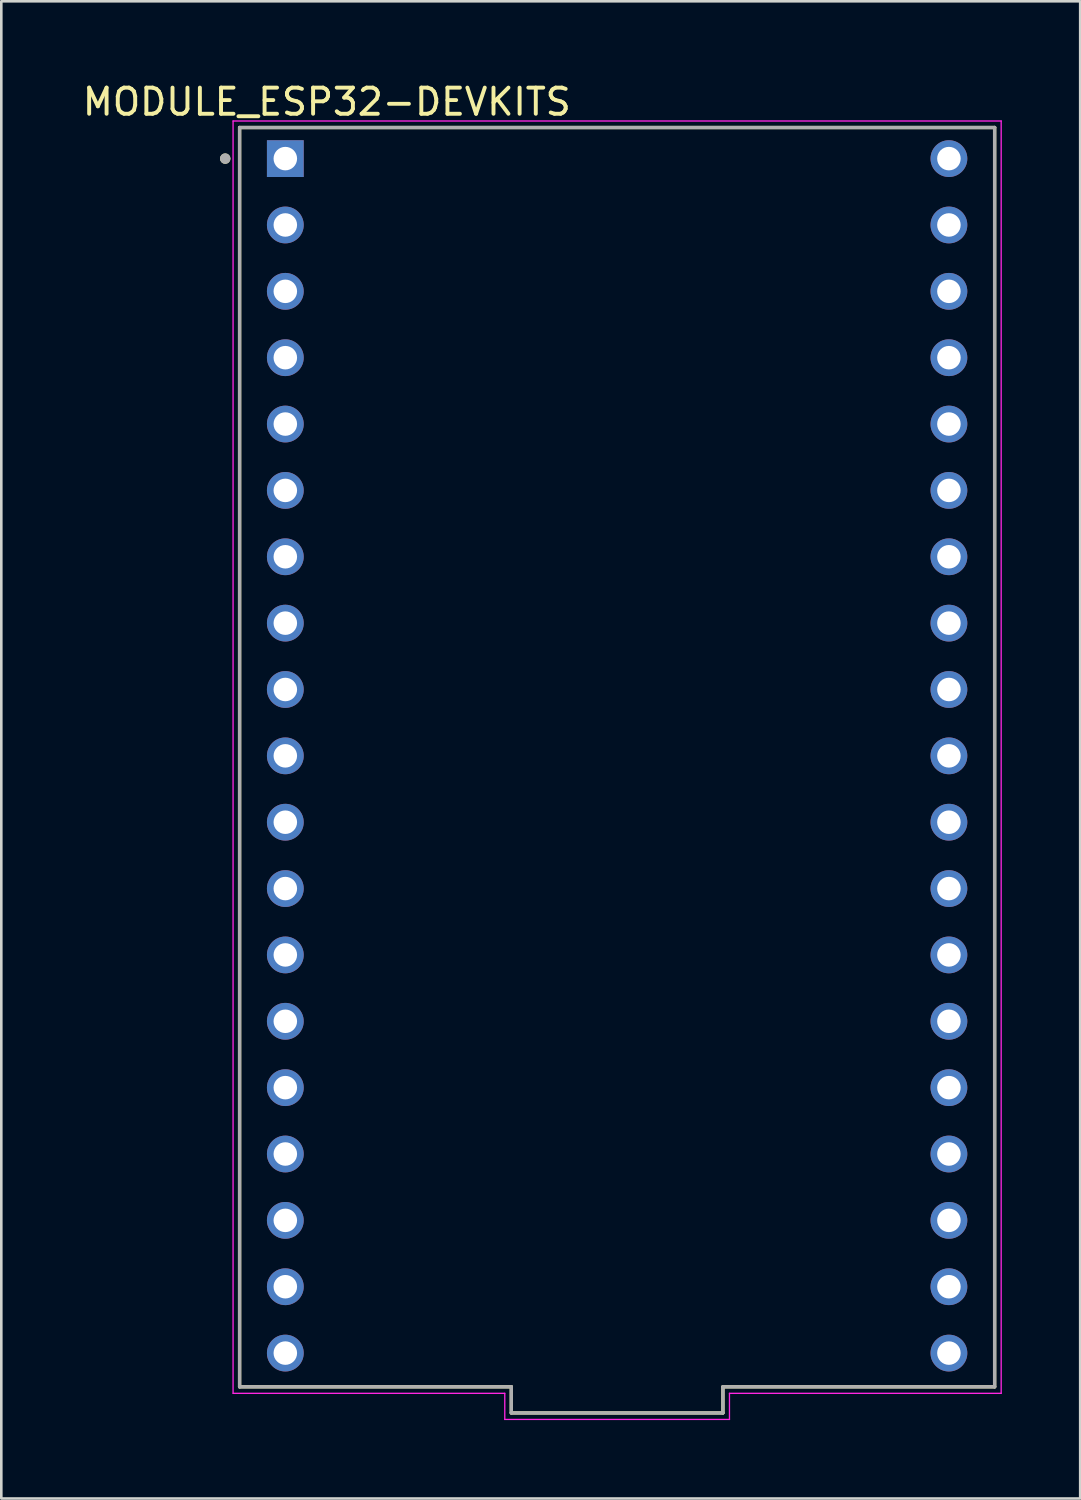
<source format=kicad_pcb>
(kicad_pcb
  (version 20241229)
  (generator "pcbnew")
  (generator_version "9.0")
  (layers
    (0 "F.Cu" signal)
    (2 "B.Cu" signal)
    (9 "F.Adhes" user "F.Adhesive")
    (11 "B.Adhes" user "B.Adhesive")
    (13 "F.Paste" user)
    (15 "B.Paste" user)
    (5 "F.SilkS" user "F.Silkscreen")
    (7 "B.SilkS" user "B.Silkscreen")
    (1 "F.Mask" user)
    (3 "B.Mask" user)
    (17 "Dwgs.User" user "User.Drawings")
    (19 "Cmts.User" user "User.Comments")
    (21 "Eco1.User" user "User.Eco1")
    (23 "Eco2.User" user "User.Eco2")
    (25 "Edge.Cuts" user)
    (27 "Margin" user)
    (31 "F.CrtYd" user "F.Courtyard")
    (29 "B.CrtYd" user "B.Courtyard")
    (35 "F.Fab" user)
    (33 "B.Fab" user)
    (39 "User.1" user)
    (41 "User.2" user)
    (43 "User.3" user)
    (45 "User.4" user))
  (footprint "MODULE_ESP32-DEVKITS"
    (layer "F.Cu")
    (at 20.571 25.931)
    (property "Reference" "MODULE_ESP32-DEVKITS" (at -11.113 -25.082 0) (layer "F.SilkS") (effects (font (size 1 1) (thickness 0.15))))
    (attr through_hole)
    (fp_line (start -14.45 -24.1) (end 14.45 -24.1) (stroke (width 0.127) (type solid)) (layer "F.SilkS"))
    (fp_line (start -14.45 24.1) (end -14.45 -24.1) (stroke (width 0.127) (type solid)) (layer "F.SilkS"))
    (fp_line (start -14.45 24.1) (end -4.05 24.1) (stroke (width 0.127) (type solid)) (layer "F.SilkS"))
    (fp_line (start -4.05 24.1) (end -4.05 25.1) (stroke (width 0.127) (type solid)) (layer "F.SilkS"))
    (fp_line (start -4.05 25.1) (end 4.05 25.1) (stroke (width 0.127) (type solid)) (layer "F.SilkS"))
    (fp_line (start 4.05 24.1) (end 14.45 24.1) (stroke (width 0.127) (type solid)) (layer "F.SilkS"))
    (fp_line (start 4.05 25.1) (end 4.05 24.1) (stroke (width 0.127) (type solid)) (layer "F.SilkS"))
    (fp_line (start 14.45 -24.1) (end 14.45 24.1) (stroke (width 0.127) (type solid)) (layer "F.SilkS"))
    (fp_circle (center -15 -22.91) (end -14.9 -22.91) (stroke (width 0.2) (type solid)) (fill no) (layer "F.SilkS"))
    (fp_line (start -14.7 -24.35) (end -14.7 24.35) (stroke (width 0.05) (type solid)) (layer "F.CrtYd"))
    (fp_line (start -14.7 24.35) (end -4.3 24.35) (stroke (width 0.05) (type solid)) (layer "F.CrtYd"))
    (fp_line (start -4.3 24.35) (end -4.3 25.35) (stroke (width 0.05) (type solid)) (layer "F.CrtYd"))
    (fp_line (start -4.3 25.35) (end 4.3 25.35) (stroke (width 0.05) (type solid)) (layer "F.CrtYd"))
    (fp_line (start 4.3 24.35) (end 14.7 24.35) (stroke (width 0.05) (type solid)) (layer "F.CrtYd"))
    (fp_line (start 4.3 25.35) (end 4.3 24.35) (stroke (width 0.05) (type solid)) (layer "F.CrtYd"))
    (fp_line (start 14.7 -24.35) (end -14.7 -24.35) (stroke (width 0.05) (type solid)) (layer "F.CrtYd"))
    (fp_line (start 14.7 24.35) (end 14.7 -24.35) (stroke (width 0.05) (type solid)) (layer "F.CrtYd"))
    (fp_line (start -14.45 -24.1) (end 14.45 -24.1) (stroke (width 0.127) (type solid)) (layer "F.Fab"))
    (fp_line (start -14.45 24.1) (end -14.45 -24.1) (stroke (width 0.127) (type solid)) (layer "F.Fab"))
    (fp_line (start -14.45 24.1) (end -4.05 24.1) (stroke (width 0.127) (type solid)) (layer "F.Fab"))
    (fp_line (start -4.05 24.1) (end -4.05 25.1) (stroke (width 0.127) (type solid)) (layer "F.Fab"))
    (fp_line (start -4.05 25.1) (end 4.05 25.1) (stroke (width 0.127) (type solid)) (layer "F.Fab"))
    (fp_line (start 4.05 24.1) (end 14.45 24.1) (stroke (width 0.127) (type solid)) (layer "F.Fab"))
    (fp_line (start 4.05 25.1) (end 4.05 24.1) (stroke (width 0.127) (type solid)) (layer "F.Fab"))
    (fp_line (start 14.45 -24.1) (end 14.45 24.1) (stroke (width 0.127) (type solid)) (layer "F.Fab"))
    (fp_circle (center -15 -22.91) (end -14.9 -22.91) (stroke (width 0.2) (type solid)) (fill no) (layer "F.Fab"))
    (pad "J2_1" thru_hole rect (at -12.7 -22.91) (size 1.408 1.408) (drill 0.9) (layers "*.Cu" "*.Mask"))
    (pad "J2_2" thru_hole circle (at -12.7 -20.37) (size 1.408 1.408) (drill 0.9) (layers "*.Cu" "*.Mask"))
    (pad "J2_3" thru_hole circle (at -12.7 -17.83) (size 1.408 1.408) (drill 0.9) (layers "*.Cu" "*.Mask"))
    (pad "J2_4" thru_hole circle (at -12.7 -15.29) (size 1.408 1.408) (drill 0.9) (layers "*.Cu" "*.Mask"))
    (pad "J2_5" thru_hole circle (at -12.7 -12.75) (size 1.408 1.408) (drill 0.9) (layers "*.Cu" "*.Mask"))
    (pad "J2_6" thru_hole circle (at -12.7 -10.21) (size 1.408 1.408) (drill 0.9) (layers "*.Cu" "*.Mask"))
    (pad "J2_7" thru_hole circle (at -12.7 -7.67) (size 1.408 1.408) (drill 0.9) (layers "*.Cu" "*.Mask"))
    (pad "J2_8" thru_hole circle (at -12.7 -5.13) (size 1.408 1.408) (drill 0.9) (layers "*.Cu" "*.Mask"))
    (pad "J2_9" thru_hole circle (at -12.7 -2.59) (size 1.408 1.408) (drill 0.9) (layers "*.Cu" "*.Mask"))
    (pad "J2_10" thru_hole circle (at -12.7 -0.05) (size 1.408 1.408) (drill 0.9) (layers "*.Cu" "*.Mask"))
    (pad "J2_11" thru_hole circle (at -12.7 2.49) (size 1.408 1.408) (drill 0.9) (layers "*.Cu" "*.Mask"))
    (pad "J2_12" thru_hole circle (at -12.7 5.03) (size 1.408 1.408) (drill 0.9) (layers "*.Cu" "*.Mask"))
    (pad "J2_13" thru_hole circle (at -12.7 7.57) (size 1.408 1.408) (drill 0.9) (layers "*.Cu" "*.Mask"))
    (pad "J2_14" thru_hole circle (at -12.7 10.11) (size 1.408 1.408) (drill 0.9) (layers "*.Cu" "*.Mask"))
    (pad "J2_15" thru_hole circle (at -12.7 12.65) (size 1.408 1.408) (drill 0.9) (layers "*.Cu" "*.Mask"))
    (pad "J2_16" thru_hole circle (at -12.7 15.19) (size 1.408 1.408) (drill 0.9) (layers "*.Cu" "*.Mask"))
    (pad "J2_17" thru_hole circle (at -12.7 17.73) (size 1.408 1.408) (drill 0.9) (layers "*.Cu" "*.Mask"))
    (pad "J2_18" thru_hole circle (at -12.7 20.27) (size 1.408 1.408) (drill 0.9) (layers "*.Cu" "*.Mask"))
    (pad "J2_19" thru_hole circle (at -12.7 22.81) (size 1.408 1.408) (drill 0.9) (layers "*.Cu" "*.Mask"))
    (pad "J3_1" thru_hole circle (at 12.7 -22.91) (size 1.408 1.408) (drill 0.9) (layers "*.Cu" "*.Mask"))
    (pad "J3_2" thru_hole circle (at 12.7 -20.37) (size 1.408 1.408) (drill 0.9) (layers "*.Cu" "*.Mask"))
    (pad "J3_3" thru_hole circle (at 12.7 -17.83) (size 1.408 1.408) (drill 0.9) (layers "*.Cu" "*.Mask"))
    (pad "J3_4" thru_hole circle (at 12.7 -15.29) (size 1.408 1.408) (drill 0.9) (layers "*.Cu" "*.Mask"))
    (pad "J3_5" thru_hole circle (at 12.7 -12.75) (size 1.408 1.408) (drill 0.9) (layers "*.Cu" "*.Mask"))
    (pad "J3_6" thru_hole circle (at 12.7 -10.21) (size 1.408 1.408) (drill 0.9) (layers "*.Cu" "*.Mask"))
    (pad "J3_7" thru_hole circle (at 12.7 -7.67) (size 1.408 1.408) (drill 0.9) (layers "*.Cu" "*.Mask"))
    (pad "J3_8" thru_hole circle (at 12.7 -5.13) (size 1.408 1.408) (drill 0.9) (layers "*.Cu" "*.Mask"))
    (pad "J3_9" thru_hole circle (at 12.7 -2.59) (size 1.408 1.408) (drill 0.9) (layers "*.Cu" "*.Mask"))
    (pad "J3_10" thru_hole circle (at 12.7 -0.05) (size 1.408 1.408) (drill 0.9) (layers "*.Cu" "*.Mask"))
    (pad "J3_11" thru_hole circle (at 12.7 2.49) (size 1.408 1.408) (drill 0.9) (layers "*.Cu" "*.Mask"))
    (pad "J3_12" thru_hole circle (at 12.7 5.03) (size 1.408 1.408) (drill 0.9) (layers "*.Cu" "*.Mask"))
    (pad "J3_13" thru_hole circle (at 12.7 7.57) (size 1.408 1.408) (drill 0.9) (layers "*.Cu" "*.Mask"))
    (pad "J3_14" thru_hole circle (at 12.7 10.11) (size 1.408 1.408) (drill 0.9) (layers "*.Cu" "*.Mask"))
    (pad "J3_15" thru_hole circle (at 12.7 12.65) (size 1.408 1.408) (drill 0.9) (layers "*.Cu" "*.Mask"))
    (pad "J3_16" thru_hole circle (at 12.7 15.19) (size 1.408 1.408) (drill 0.9) (layers "*.Cu" "*.Mask"))
    (pad "J3_17" thru_hole circle (at 12.7 17.73) (size 1.408 1.408) (drill 0.9) (layers "*.Cu" "*.Mask"))
    (pad "J3_18" thru_hole circle (at 12.7 20.27) (size 1.408 1.408) (drill 0.9) (layers "*.Cu" "*.Mask"))
    (pad "J3_19" thru_hole circle (at 12.7 22.81) (size 1.408 1.408) (drill 0.9) (layers "*.Cu" "*.Mask")))
  (gr_rect
    (start -3 -3)
    (end 38.296 54.306)
    (stroke (width 0.1) (type default))
    (fill no)
    (layer "Edge.Cuts")))
</source>
